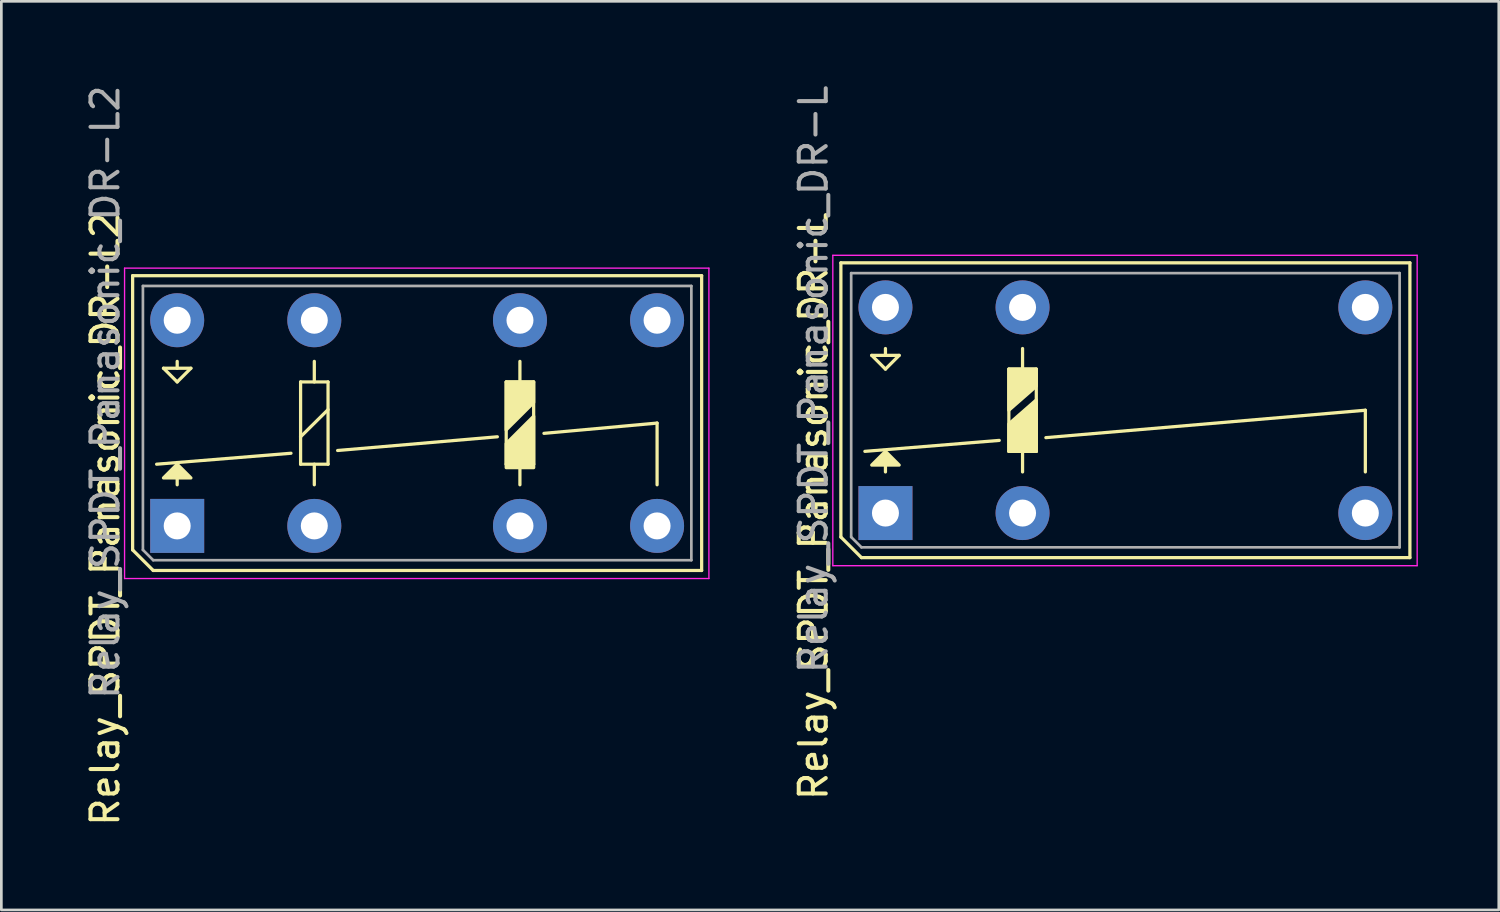
<source format=kicad_pcb>
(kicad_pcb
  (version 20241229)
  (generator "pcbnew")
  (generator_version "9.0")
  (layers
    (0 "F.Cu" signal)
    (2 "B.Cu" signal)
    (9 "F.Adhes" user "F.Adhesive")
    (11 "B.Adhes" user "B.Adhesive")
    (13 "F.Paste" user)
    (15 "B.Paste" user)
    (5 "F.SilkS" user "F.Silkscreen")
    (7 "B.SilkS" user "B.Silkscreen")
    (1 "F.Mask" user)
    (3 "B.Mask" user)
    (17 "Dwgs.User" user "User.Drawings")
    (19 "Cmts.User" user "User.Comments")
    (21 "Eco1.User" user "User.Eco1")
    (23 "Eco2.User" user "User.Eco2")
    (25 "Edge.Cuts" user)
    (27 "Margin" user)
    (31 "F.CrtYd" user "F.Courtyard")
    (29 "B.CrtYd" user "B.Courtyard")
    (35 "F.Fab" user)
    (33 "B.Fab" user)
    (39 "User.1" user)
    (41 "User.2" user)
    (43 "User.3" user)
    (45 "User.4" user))
  (footprint "Relay_SPDT_Panasonic_DR-L"
    (layer "F.Cu")
    (at 29.756 15.959)
    (property "Reference" "Relay_SPDT_Panasonic_DR-L" (at -2.667 -0.254 90) (unlocked yes) (layer "F.SilkS") (effects (font (size 1 1) (thickness 0.15))))
    (attr through_hole)
    (fp_line (start -1.651 -9.271) (end 19.431 -9.271) (stroke (width 0.12) (type solid)) (layer "F.SilkS"))
    (fp_line (start -1.651 0.889) (end -1.651 -9.271) (stroke (width 0.12) (type solid)) (layer "F.SilkS"))
    (fp_line (start -0.889 1.651) (end -1.651 0.889) (stroke (width 0.12) (type solid)) (layer "F.SilkS"))
    (fp_line (start -0.889 1.651) (end 19.431 1.651) (stroke (width 0.12) (type solid)) (layer "F.SilkS"))
    (fp_line (start -0.762 -2.286) (end 4.216 -2.692) (stroke (width 0.12) (type solid)) (layer "F.SilkS"))
    (fp_line (start -0.508 -5.842) (end 0.508 -5.842) (stroke (width 0.12) (type solid)) (layer "F.SilkS"))
    (fp_line (start 0 -5.842) (end 0 -6.096) (stroke (width 0.12) (type solid)) (layer "F.SilkS"))
    (fp_line (start 0 -5.334) (end -0.508 -5.842) (stroke (width 0.12) (type solid)) (layer "F.SilkS"))
    (fp_line (start 0 -1.524) (end 0 -1.778) (stroke (width 0.12) (type solid)) (layer "F.SilkS"))
    (fp_line (start 0.508 -5.842) (end 0 -5.334) (stroke (width 0.12) (type solid)) (layer "F.SilkS"))
    (fp_line (start 4.572 -5.334) (end 5.589 -5.334) (stroke (width 0.12) (type solid)) (layer "F.SilkS"))
    (fp_line (start 4.572 -2.286) (end 4.572 -5.334) (stroke (width 0.12) (type solid)) (layer "F.SilkS"))
    (fp_line (start 5.08 -5.334) (end 5.08 -6.096) (stroke (width 0.12) (type solid)) (layer "F.SilkS"))
    (fp_line (start 5.08 -2.286) (end 5.08 -1.524) (stroke (width 0.12) (type solid)) (layer "F.SilkS"))
    (fp_line (start 5.589 -5.334) (end 5.59 -2.286) (stroke (width 0.12) (type solid)) (layer "F.SilkS"))
    (fp_line (start 5.59 -2.286) (end 4.572 -2.286) (stroke (width 0.12) (type solid)) (layer "F.SilkS"))
    (fp_line (start 5.944 -2.794) (end 17.78 -3.81) (stroke (width 0.12) (type solid)) (layer "F.SilkS"))
    (fp_line (start 17.78 -1.524) (end 17.78 -3.81) (stroke (width 0.12) (type solid)) (layer "F.SilkS"))
    (fp_line (start 19.431 1.651) (end 19.431 -9.271) (stroke (width 0.12) (type solid)) (layer "F.SilkS"))
    (fp_poly (pts (xy 0.508 -1.778) (xy -0.508 -1.778) (xy 0 -2.286)) (stroke (width 0.12) (type solid)) (fill yes) (layer "F.SilkS"))
    (fp_poly (pts (xy 5.588 -4.699) (xy 4.572 -3.81) (xy 4.572 -5.334) (xy 5.589 -5.334)) (stroke (width 0.12) (type solid)) (fill yes) (layer "F.SilkS"))
    (fp_poly (pts (xy 5.59 -2.286) (xy 4.572 -2.286) (xy 4.572 -3.302) (xy 5.588 -4.191)) (stroke (width 0.12) (type solid)) (fill yes) (layer "F.SilkS"))
    (fp_line (start -1.95 -9.55) (end 19.7 -9.55) (stroke (width 0.05) (type solid)) (layer "F.CrtYd"))
    (fp_line (start -1.95 1.95) (end -1.95 -9.55) (stroke (width 0.05) (type solid)) (layer "F.CrtYd"))
    (fp_line (start 19.7 -9.55) (end 19.7 1.95) (stroke (width 0.05) (type solid)) (layer "F.CrtYd"))
    (fp_line (start 19.7 1.95) (end -1.95 1.95) (stroke (width 0.05) (type solid)) (layer "F.CrtYd"))
    (fp_line (start -1.27 -8.89) (end 19.05 -8.89) (stroke (width 0.1) (type solid)) (layer "F.Fab"))
    (fp_line (start -1.27 0.889) (end -1.27 -8.89) (stroke (width 0.1) (type solid)) (layer "F.Fab"))
    (fp_line (start -0.889 1.27) (end -1.27 0.889) (stroke (width 0.1) (type solid)) (layer "F.Fab"))
    (fp_line (start 19.05 -8.89) (end 19.05 1.27) (stroke (width 0.1) (type solid)) (layer "F.Fab"))
    (fp_line (start 19.05 1.27) (end -0.889 1.27) (stroke (width 0.1) (type solid)) (layer "F.Fab"))
    (fp_text user "${REFERENCE}" (at -2.667 -4.953 90) (unlocked yes) (layer "F.Fab") (effects (font (size 1 1) (thickness 0.15))))
    (pad "1" thru_hole rect (at 0 0 180) (size 2 2) (drill 1) (layers "*.Cu" "*.Mask"))
    (pad "3" thru_hole circle (at 5.08 0 180) (size 2 2) (drill 1) (layers "*.Cu" "*.Mask"))
    (pad "8" thru_hole circle (at 17.78 0 180) (size 2 2) (drill 1) (layers "*.Cu" "*.Mask"))
    (pad "9" thru_hole circle (at 17.78 -7.62 180) (size 2 2) (drill 1) (layers "*.Cu" "*.Mask"))
    (pad "14" thru_hole circle (at 5.08 -7.62 180) (size 2 2) (drill 1) (layers "*.Cu" "*.Mask"))
    (pad "16" thru_hole circle (at 0 -7.62 180) (size 2 2) (drill 1) (layers "*.Cu" "*.Mask")))
  (footprint "Relay_SPDT_Panasonic_DR-L2"
    (layer "F.Cu")
    (at 3.515 16.435)
    (property "Reference" "Relay_SPDT_Panasonic_DR-L2" (at -2.667 -0.254 90) (unlocked yes) (layer "F.SilkS") (effects (font (size 1 1) (thickness 0.15))))
    (attr through_hole)
    (fp_line (start -1.651 -9.271) (end 19.431 -9.271) (stroke (width 0.12) (type solid)) (layer "F.SilkS"))
    (fp_line (start -1.651 0.889) (end -1.651 -9.271) (stroke (width 0.12) (type solid)) (layer "F.SilkS"))
    (fp_line (start -0.889 1.651) (end -1.651 0.889) (stroke (width 0.12) (type solid)) (layer "F.SilkS"))
    (fp_line (start -0.889 1.651) (end 19.431 1.651) (stroke (width 0.12) (type solid)) (layer "F.SilkS"))
    (fp_line (start -0.762 -2.286) (end 4.216 -2.692) (stroke (width 0.12) (type solid)) (layer "F.SilkS"))
    (fp_line (start -0.508 -5.842) (end 0.508 -5.842) (stroke (width 0.12) (type solid)) (layer "F.SilkS"))
    (fp_line (start 0 -5.842) (end 0 -6.096) (stroke (width 0.12) (type solid)) (layer "F.SilkS"))
    (fp_line (start 0 -5.334) (end -0.508 -5.842) (stroke (width 0.12) (type solid)) (layer "F.SilkS"))
    (fp_line (start 0 -1.524) (end 0 -1.778) (stroke (width 0.12) (type solid)) (layer "F.SilkS"))
    (fp_line (start 0.508 -5.842) (end 0 -5.334) (stroke (width 0.12) (type solid)) (layer "F.SilkS"))
    (fp_line (start 4.57 -3.3) (end 5.59 -4.31) (stroke (width 0.12) (type solid)) (layer "F.SilkS"))
    (fp_line (start 4.572 -5.334) (end 5.589 -5.334) (stroke (width 0.12) (type solid)) (layer "F.SilkS"))
    (fp_line (start 4.572 -2.286) (end 4.572 -5.334) (stroke (width 0.12) (type solid)) (layer "F.SilkS"))
    (fp_line (start 5.08 -5.334) (end 5.08 -6.096) (stroke (width 0.12) (type solid)) (layer "F.SilkS"))
    (fp_line (start 5.08 -2.286) (end 5.08 -1.524) (stroke (width 0.12) (type solid)) (layer "F.SilkS"))
    (fp_line (start 5.589 -5.334) (end 5.59 -2.286) (stroke (width 0.12) (type solid)) (layer "F.SilkS"))
    (fp_line (start 5.59 -2.286) (end 4.572 -2.286) (stroke (width 0.12) (type solid)) (layer "F.SilkS"))
    (fp_line (start 5.944 -2.794) (end 11.862 -3.302) (stroke (width 0.12) (type solid)) (layer "F.SilkS"))
    (fp_line (start 12.19 -5.334) (end 13.207 -5.334) (stroke (width 0.12) (type solid)) (layer "F.SilkS"))
    (fp_line (start 12.19 -2.286) (end 12.19 -5.334) (stroke (width 0.12) (type solid)) (layer "F.SilkS"))
    (fp_line (start 12.698 -5.334) (end 12.698 -6.096) (stroke (width 0.12) (type solid)) (layer "F.SilkS"))
    (fp_line (start 12.698 -2.286) (end 12.698 -1.524) (stroke (width 0.12) (type solid)) (layer "F.SilkS"))
    (fp_line (start 13.207 -5.334) (end 13.208 -2.286) (stroke (width 0.12) (type solid)) (layer "F.SilkS"))
    (fp_line (start 13.208 -2.286) (end 12.19 -2.286) (stroke (width 0.12) (type solid)) (layer "F.SilkS"))
    (fp_line (start 13.589 -3.429) (end 17.78 -3.81) (stroke (width 0.12) (type solid)) (layer "F.SilkS"))
    (fp_line (start 17.78 -1.524) (end 17.78 -3.81) (stroke (width 0.12) (type solid)) (layer "F.SilkS"))
    (fp_line (start 19.431 1.651) (end 19.431 -9.271) (stroke (width 0.12) (type solid)) (layer "F.SilkS"))
    (fp_poly (pts (xy 0.508 -1.778) (xy -0.508 -1.778) (xy 0 -2.286)) (stroke (width 0.12) (type solid)) (fill yes) (layer "F.SilkS"))
    (fp_poly (pts (xy 13.208 -4.572) (xy 12.188 -3.556) (xy 12.19 -5.334) (xy 13.207 -5.334)) (stroke (width 0.12) (type solid)) (fill yes) (layer "F.SilkS"))
    (fp_poly (pts (xy 13.208 -2.159) (xy 12.19 -2.159) (xy 12.19 -3.048) (xy 13.208 -4.064)) (stroke (width 0.12) (type solid)) (fill yes) (layer "F.SilkS"))
    (fp_line (start -1.95 -9.55) (end 19.7 -9.55) (stroke (width 0.05) (type solid)) (layer "F.CrtYd"))
    (fp_line (start -1.95 1.95) (end -1.95 -9.55) (stroke (width 0.05) (type solid)) (layer "F.CrtYd"))
    (fp_line (start 19.7 -9.55) (end 19.7 1.95) (stroke (width 0.05) (type solid)) (layer "F.CrtYd"))
    (fp_line (start 19.7 1.95) (end -1.95 1.95) (stroke (width 0.05) (type solid)) (layer "F.CrtYd"))
    (fp_line (start -1.27 -8.89) (end 19.05 -8.89) (stroke (width 0.1) (type solid)) (layer "F.Fab"))
    (fp_line (start -1.27 0.889) (end -1.27 -8.89) (stroke (width 0.1) (type solid)) (layer "F.Fab"))
    (fp_line (start -0.889 1.27) (end -1.27 0.889) (stroke (width 0.1) (type solid)) (layer "F.Fab"))
    (fp_line (start 19.05 -8.89) (end 19.05 1.27) (stroke (width 0.1) (type solid)) (layer "F.Fab"))
    (fp_line (start 19.05 1.27) (end -0.889 1.27) (stroke (width 0.1) (type solid)) (layer "F.Fab"))
    (fp_text user "${REFERENCE}" (at -2.667 -4.953 90) (unlocked yes) (layer "F.Fab") (effects (font (size 1 1) (thickness 0.15))))
    (pad "1" thru_hole rect (at 0 0 180) (size 2 2) (drill 1) (layers "*.Cu" "*.Mask"))
    (pad "3" thru_hole circle (at 5.08 0 180) (size 2 2) (drill 1) (layers "*.Cu" "*.Mask"))
    (pad "6" thru_hole circle (at 12.7 0 180) (size 2 2) (drill 1) (layers "*.Cu" "*.Mask"))
    (pad "8" thru_hole circle (at 17.78 0 180) (size 2 2) (drill 1) (layers "*.Cu" "*.Mask"))
    (pad "9" thru_hole circle (at 17.78 -7.62 180) (size 2 2) (drill 1) (layers "*.Cu" "*.Mask"))
    (pad "11" thru_hole circle (at 12.7 -7.62 180) (size 2 2) (drill 1) (layers "*.Cu" "*.Mask"))
    (pad "14" thru_hole circle (at 5.08 -7.62 180) (size 2 2) (drill 1) (layers "*.Cu" "*.Mask"))
    (pad "16" thru_hole circle (at 0 -7.62 180) (size 2 2) (drill 1) (layers "*.Cu" "*.Mask")))
  (gr_rect
    (start -3 -3)
    (end 52.48 30.663)
    (stroke (width 0.1) (type default))
    (fill no)
    (layer "Edge.Cuts")))
</source>
